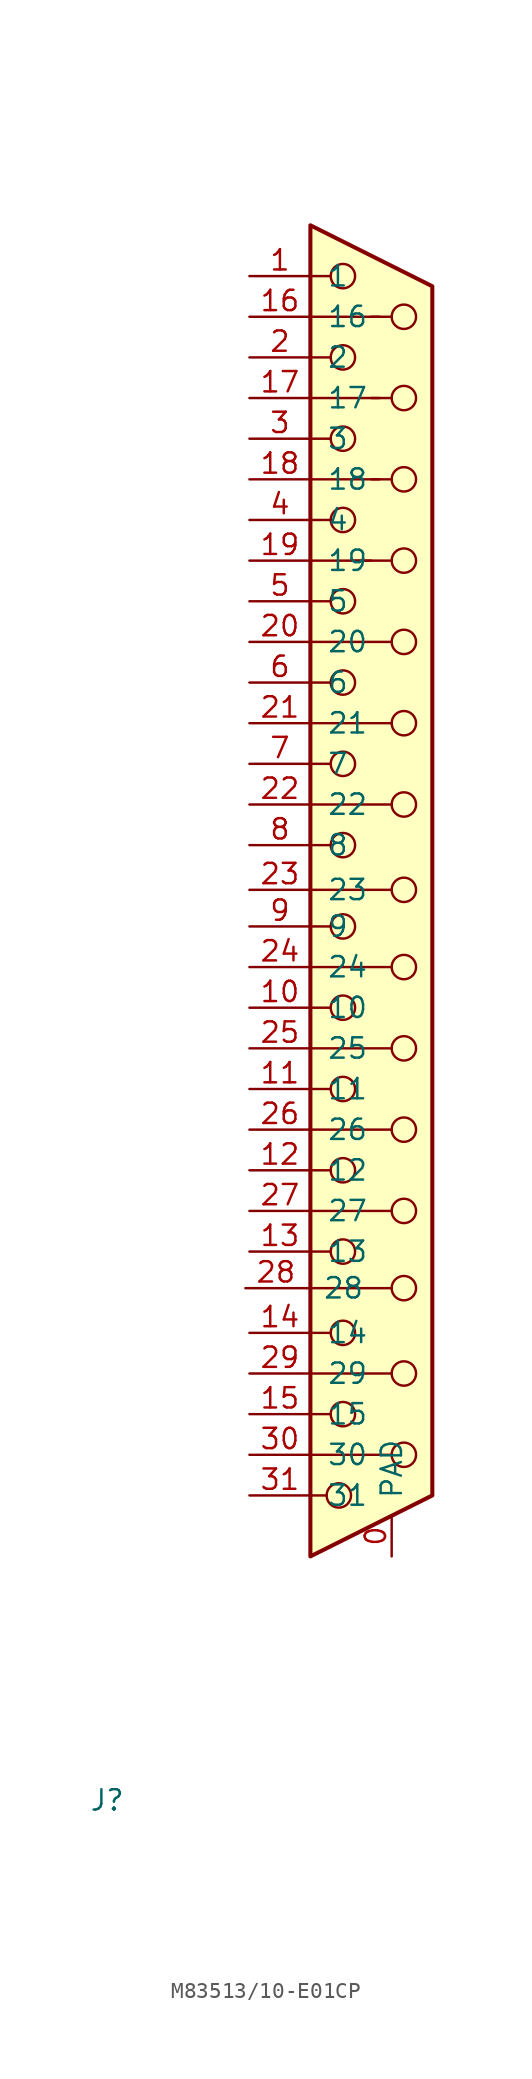
<source format=kicad_sym>
(kicad_symbol_lib
  (version 20231120)
  (generator "kicad_symbol_editor")
  (generator_version "8.0")
  (symbol "M83513/10-E01CP"
    (pin_names
      (offset 1.016))
    (property "Reference" "J"
      (at 0 0 0)
      (effects (font (size 1.27 1.27))))
    (property "Value" ""
      (at 0 0 0)
      (effects (font (size 1.27 1.27))))
    (symbol "M83513/10-E01CP_0_1"
      (polyline (pts (xy 12.446 32.004) (xy 17.78 32.004)) (stroke (width 0) (type default)) (fill (type none)))
      (polyline (pts (xy 12.7 19.05) (xy 13.716 19.05)) (stroke (width 0) (type default)) (fill (type none)))
      (polyline (pts (xy 12.7 21.59) (xy 17.78 21.59)) (stroke (width 0) (type default)) (fill (type none)))
      (polyline (pts (xy 12.7 24.13) (xy 13.97 24.13)) (stroke (width 0) (type default)) (fill (type none)))
      (polyline (pts (xy 12.7 26.67) (xy 17.78 26.67)) (stroke (width 0) (type default)) (fill (type none)))
      (polyline (pts (xy 12.7 29.21) (xy 13.97 29.21)) (stroke (width 0) (type default)) (fill (type none)))
      (polyline (pts (xy 12.7 34.29) (xy 13.97 34.29)) (stroke (width 0) (type default)) (fill (type none)))
      (polyline (pts (xy 12.7 36.83) (xy 17.78 36.83)) (stroke (width 0) (type default)) (fill (type none)))
      (polyline (pts (xy 12.7 39.37) (xy 13.97 39.37)) (stroke (width 0) (type default)) (fill (type none)))
      (polyline (pts (xy 12.7 41.91) (xy 17.78 41.91)) (stroke (width 0) (type default)) (fill (type none)))
      (polyline (pts (xy 12.7 44.45) (xy 13.97 44.45)) (stroke (width 0) (type default)) (fill (type none)))
      (polyline (pts (xy 12.7 46.99) (xy 17.78 46.99)) (stroke (width 0) (type default)) (fill (type none)))
      (polyline (pts (xy 12.7 49.53) (xy 13.97 49.53)) (stroke (width 0) (type default)) (fill (type none)))
      (polyline (pts (xy 12.7 52.07) (xy 17.78 52.07)) (stroke (width 0) (type default)) (fill (type none)))
      (polyline (pts (xy 12.7 54.61) (xy 13.97 54.61)) (stroke (width 0) (type default)) (fill (type none)))
      (polyline (pts (xy 12.7 56.896) (xy 17.78 56.896)) (stroke (width 0) (type default)) (fill (type none)))
      (polyline (pts (xy 12.7 59.69) (xy 13.97 59.69)) (stroke (width 0) (type default)) (fill (type none)))
      (polyline (pts (xy 12.7 62.23) (xy 17.78 62.23)) (stroke (width 0) (type default)) (fill (type none)))
      (polyline (pts (xy 12.7 64.77) (xy 13.97 64.77)) (stroke (width 0) (type default)) (fill (type none)))
      (polyline (pts (xy 12.7 67.31) (xy 17.78 67.31)) (stroke (width 0) (type default)) (fill (type none)))
      (polyline (pts (xy 12.7 69.85) (xy 13.97 69.85)) (stroke (width 0) (type default)) (fill (type none)))
      (polyline (pts (xy 12.7 72.39) (xy 17.78 72.39)) (stroke (width 0) (type default)) (fill (type none)))
      (polyline (pts (xy 12.7 74.93) (xy 13.97 74.93)) (stroke (width 0) (type default)) (fill (type none)))
      (polyline (pts (xy 12.7 77.47) (xy 17.78 77.47)) (stroke (width 0) (type default)) (fill (type none)))
      (polyline (pts (xy 12.7 80.01) (xy 13.97 80.01)) (stroke (width 0) (type default)) (fill (type none)))
      (polyline (pts (xy 12.7 82.55) (xy 17.018 82.55)) (stroke (width 0) (type default)) (fill (type none)))
      (polyline (pts (xy 12.7 85.09) (xy 13.97 85.09)) (stroke (width 0) (type default)) (fill (type none)))
      (polyline (pts (xy 12.7 87.63) (xy 17.018 87.63)) (stroke (width 0) (type default)) (fill (type none)))
      (polyline (pts (xy 12.7 90.17) (xy 13.97 90.17)) (stroke (width 0) (type default)) (fill (type none)))
      (polyline (pts (xy 12.7 92.71) (xy 17.018 92.71)) (stroke (width 0) (type default)) (fill (type none)))
      (polyline (pts (xy 12.7 95.25) (xy 13.97 95.25)) (stroke (width 0) (type default)) (fill (type none)))
      (polyline (pts (xy 15.24 77.47) (xy 16.51 77.47)) (stroke (width 0) (type default)) (fill (type none)))
      (polyline (pts (xy 16.51 82.55) (xy 17.78 82.55)) (stroke (width 0) (type default)) (fill (type none)))
      (polyline (pts (xy 16.51 87.63) (xy 17.78 87.63)) (stroke (width 0) (type default)) (fill (type none)))
      (polyline (pts (xy 16.51 92.71) (xy 17.78 92.71)) (stroke (width 0) (type default)) (fill (type none)))
      (polyline (pts (xy 12.7 15.24) (xy 20.32 19.05) (xy 20.32 94.615) (xy 12.7 98.425) (xy 12.7 15.24)) (stroke (width 0.254) (type default)) (fill (type background)))
      (circle (center 14.478 19.05) (radius 0.762) (stroke (width 0) (type default)) (fill (type none)))
      (circle (center 14.732 24.13) (radius 0.762) (stroke (width 0) (type default)) (fill (type none)))
      (circle (center 14.732 29.21) (radius 0.762) (stroke (width 0) (type default)) (fill (type none)))
      (circle (center 14.732 34.29) (radius 0.762) (stroke (width 0) (type default)) (fill (type none)))
      (circle (center 14.732 39.37) (radius 0.762) (stroke (width 0) (type default)) (fill (type none)))
      (circle (center 14.732 44.45) (radius 0.762) (stroke (width 0) (type default)) (fill (type none)))
      (circle (center 14.732 49.53) (radius 0.762) (stroke (width 0) (type default)) (fill (type none)))
      (circle (center 14.732 54.61) (radius 0.762) (stroke (width 0) (type default)) (fill (type none)))
      (circle (center 14.732 59.69) (radius 0.762) (stroke (width 0) (type default)) (fill (type none)))
      (circle (center 14.732 64.77) (radius 0.762) (stroke (width 0) (type default)) (fill (type none)))
      (circle (center 14.732 69.85) (radius 0.762) (stroke (width 0) (type default)) (fill (type none)))
      (circle (center 14.732 74.93) (radius 0.762) (stroke (width 0) (type default)) (fill (type none)))
      (circle (center 14.732 80.01) (radius 0.762) (stroke (width 0) (type default)) (fill (type none)))
      (circle (center 14.732 85.09) (radius 0.762) (stroke (width 0) (type default)) (fill (type none)))
      (circle (center 14.732 90.17) (radius 0.762) (stroke (width 0) (type default)) (fill (type none)))
      (circle (center 14.732 95.25) (radius 0.762) (stroke (width 0) (type default)) (fill (type none)))
      (circle (center 18.542 21.59) (radius 0.762) (stroke (width 0) (type default)) (fill (type none)))
      (circle (center 18.542 26.67) (radius 0.762) (stroke (width 0) (type default)) (fill (type none)))
      (circle (center 18.542 32.004) (radius 0.762) (stroke (width 0) (type default)) (fill (type none)))
      (circle (center 18.542 36.83) (radius 0.762) (stroke (width 0) (type default)) (fill (type none)))
      (circle (center 18.542 41.91) (radius 0.762) (stroke (width 0) (type default)) (fill (type none)))
      (circle (center 18.542 46.99) (radius 0.762) (stroke (width 0) (type default)) (fill (type none)))
      (circle (center 18.542 52.07) (radius 0.762) (stroke (width 0) (type default)) (fill (type none)))
      (circle (center 18.542 56.896) (radius 0.762) (stroke (width 0) (type default)) (fill (type none)))
      (circle (center 18.542 62.23) (radius 0.762) (stroke (width 0) (type default)) (fill (type none)))
      (circle (center 18.542 67.31) (radius 0.762) (stroke (width 0) (type default)) (fill (type none)))
      (circle (center 18.542 72.39) (radius 0.762) (stroke (width 0) (type default)) (fill (type none)))
      (circle (center 18.542 77.47) (radius 0.762) (stroke (width 0) (type default)) (fill (type none)))
      (circle (center 18.542 82.55) (radius 0.762) (stroke (width 0) (type default)) (fill (type none)))
      (circle (center 18.542 87.63) (radius 0.762) (stroke (width 0) (type default)) (fill (type none)))
      (circle (center 18.542 92.71) (radius 0.762) (stroke (width 0) (type default)) (fill (type none))))
    (symbol "M83513/10-E01CP_1_1"
      (pin passive line (at 17.78 15.24 90) (length 2.54) (name "PAD" (effects (font (size 1.27 1.27)))) (number "0" (effects (font (size 1.27 1.27)))))
      (pin passive line (at 8.89 95.25 0) (length 3.81) (name "1" (effects (font (size 1.27 1.27)))) (number "1" (effects (font (size 1.27 1.27)))))
      (pin passive line (at 8.89 49.53 0) (length 3.81) (name "10" (effects (font (size 1.27 1.27)))) (number "10" (effects (font (size 1.27 1.27)))))
      (pin passive line (at 8.89 44.45 0) (length 3.81) (name "11" (effects (font (size 1.27 1.27)))) (number "11" (effects (font (size 1.27 1.27)))))
      (pin passive line (at 8.89 39.37 0) (length 3.81) (name "12" (effects (font (size 1.27 1.27)))) (number "12" (effects (font (size 1.27 1.27)))))
      (pin passive line (at 8.89 34.29 0) (length 3.81) (name "13" (effects (font (size 1.27 1.27)))) (number "13" (effects (font (size 1.27 1.27)))))
      (pin passive line (at 8.89 29.21 0) (length 3.81) (name "14" (effects (font (size 1.27 1.27)))) (number "14" (effects (font (size 1.27 1.27)))))
      (pin passive line (at 8.89 24.13 0) (length 3.81) (name "15" (effects (font (size 1.27 1.27)))) (number "15" (effects (font (size 1.27 1.27)))))
      (pin passive line (at 8.89 92.71 0) (length 3.81) (name "16" (effects (font (size 1.27 1.27)))) (number "16" (effects (font (size 1.27 1.27)))))
      (pin passive line (at 8.89 87.63 0) (length 3.81) (name "17" (effects (font (size 1.27 1.27)))) (number "17" (effects (font (size 1.27 1.27)))))
      (pin passive line (at 8.89 82.55 0) (length 3.81) (name "18" (effects (font (size 1.27 1.27)))) (number "18" (effects (font (size 1.27 1.27)))))
      (pin passive line (at 8.89 77.47 0) (length 3.81) (name "19" (effects (font (size 1.27 1.27)))) (number "19" (effects (font (size 1.27 1.27)))))
      (pin passive line (at 8.89 90.17 0) (length 3.81) (name "2" (effects (font (size 1.27 1.27)))) (number "2" (effects (font (size 1.27 1.27)))))
      (pin passive line (at 8.89 72.39 0) (length 3.81) (name "20" (effects (font (size 1.27 1.27)))) (number "20" (effects (font (size 1.27 1.27)))))
      (pin passive line (at 8.89 67.31 0) (length 3.81) (name "21" (effects (font (size 1.27 1.27)))) (number "21" (effects (font (size 1.27 1.27)))))
      (pin passive line (at 8.89 62.23 0) (length 3.81) (name "22" (effects (font (size 1.27 1.27)))) (number "22" (effects (font (size 1.27 1.27)))))
      (pin passive line (at 8.89 56.896 0) (length 3.81) (name "23" (effects (font (size 1.27 1.27)))) (number "23" (effects (font (size 1.27 1.27)))))
      (pin passive line (at 8.89 52.07 0) (length 3.81) (name "24" (effects (font (size 1.27 1.27)))) (number "24" (effects (font (size 1.27 1.27)))))
      (pin passive line (at 8.89 46.99 0) (length 3.81) (name "25" (effects (font (size 1.27 1.27)))) (number "25" (effects (font (size 1.27 1.27)))))
      (pin passive line (at 8.89 41.91 0) (length 3.81) (name "26" (effects (font (size 1.27 1.27)))) (number "26" (effects (font (size 1.27 1.27)))))
      (pin passive line (at 8.89 36.83 0) (length 3.81) (name "27" (effects (font (size 1.27 1.27)))) (number "27" (effects (font (size 1.27 1.27)))))
      (pin passive line (at 8.636 32.004 0) (length 3.81) (name "28" (effects (font (size 1.27 1.27)))) (number "28" (effects (font (size 1.27 1.27)))))
      (pin passive line (at 8.89 26.67 0) (length 3.81) (name "29" (effects (font (size 1.27 1.27)))) (number "29" (effects (font (size 1.27 1.27)))))
      (pin passive line (at 8.89 85.09 0) (length 3.81) (name "3" (effects (font (size 1.27 1.27)))) (number "3" (effects (font (size 1.27 1.27)))))
      (pin passive line (at 8.89 21.59 0) (length 3.81) (name "30" (effects (font (size 1.27 1.27)))) (number "30" (effects (font (size 1.27 1.27)))))
      (pin passive line (at 8.89 19.05 0) (length 3.81) (name "31" (effects (font (size 1.27 1.27)))) (number "31" (effects (font (size 1.27 1.27)))))
      (pin passive line (at 8.89 80.01 0) (length 3.81) (name "4" (effects (font (size 1.27 1.27)))) (number "4" (effects (font (size 1.27 1.27)))))
      (pin passive line (at 8.89 74.93 0) (length 3.81) (name "5" (effects (font (size 1.27 1.27)))) (number "5" (effects (font (size 1.27 1.27)))))
      (pin passive line (at 8.89 69.85 0) (length 3.81) (name "6" (effects (font (size 1.27 1.27)))) (number "6" (effects (font (size 1.27 1.27)))))
      (pin passive line (at 8.89 64.77 0) (length 3.81) (name "7" (effects (font (size 1.27 1.27)))) (number "7" (effects (font (size 1.27 1.27)))))
      (pin passive line (at 8.89 59.69 0) (length 3.81) (name "8" (effects (font (size 1.27 1.27)))) (number "8" (effects (font (size 1.27 1.27)))))
      (pin passive line (at 8.89 54.61 0) (length 3.81) (name "9" (effects (font (size 1.27 1.27)))) (number "9" (effects (font (size 1.27 1.27))))))))
</source>
